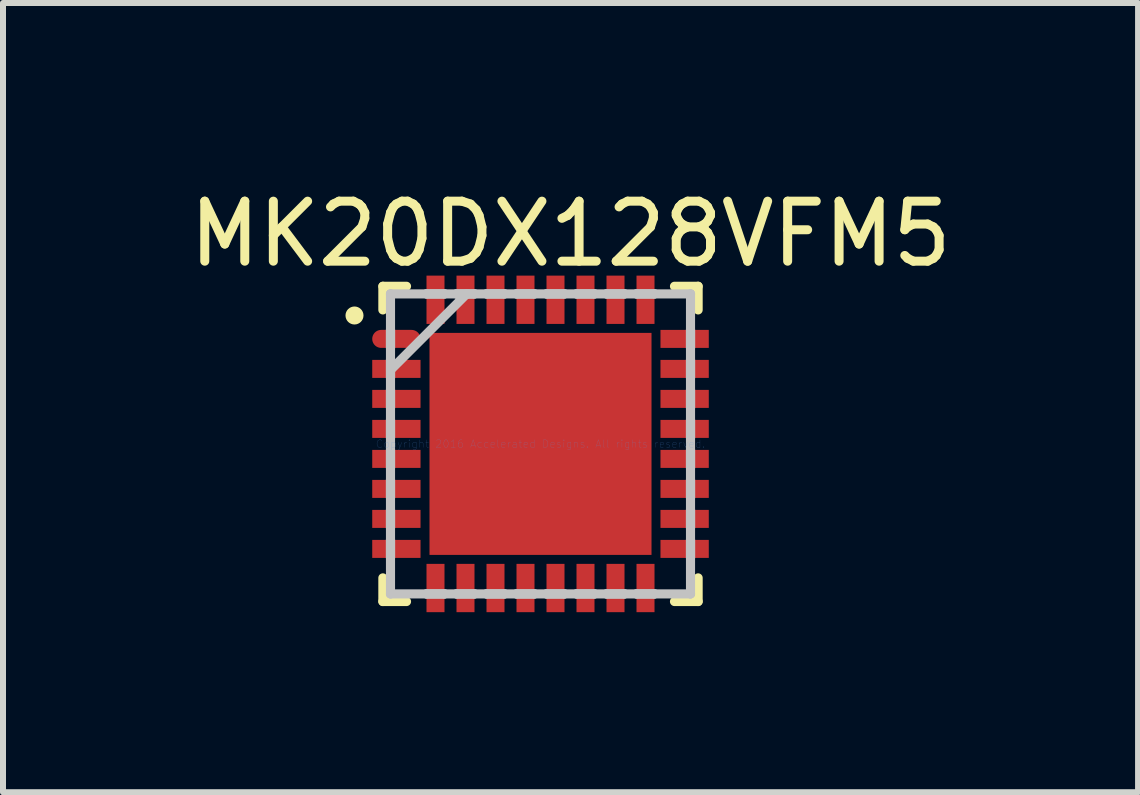
<source format=kicad_pcb>
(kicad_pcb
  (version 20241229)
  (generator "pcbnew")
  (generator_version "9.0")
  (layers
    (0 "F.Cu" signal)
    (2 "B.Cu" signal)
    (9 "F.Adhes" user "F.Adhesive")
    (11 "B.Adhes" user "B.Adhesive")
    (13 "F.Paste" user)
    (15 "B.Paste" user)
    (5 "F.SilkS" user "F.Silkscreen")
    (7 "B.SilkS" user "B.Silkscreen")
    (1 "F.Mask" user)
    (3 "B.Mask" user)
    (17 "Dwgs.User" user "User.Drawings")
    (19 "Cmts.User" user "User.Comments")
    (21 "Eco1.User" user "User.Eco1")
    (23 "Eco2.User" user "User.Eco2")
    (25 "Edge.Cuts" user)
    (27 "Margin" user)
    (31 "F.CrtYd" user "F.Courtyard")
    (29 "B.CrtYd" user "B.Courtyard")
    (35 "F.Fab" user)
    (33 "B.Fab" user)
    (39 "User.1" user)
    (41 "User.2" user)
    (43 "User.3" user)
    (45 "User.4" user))
  (footprint "MK20DX128VFM5"
    (layer "F.Cu")
    (at 5.958 4.348)
    (property "Reference" "MK20DX128VFM5" (at 0.5 -3.5 0) (layer "F.SilkS") (effects (font (size 1 1) (thickness 0.15))))
    (attr through_hole)
    (fp_line (start -2.627 -2.627) (end -2.627 -2.233) (stroke (width 0.152) (type solid)) (layer "F.SilkS"))
    (fp_line (start -2.627 2.233) (end -2.627 2.627) (stroke (width 0.152) (type solid)) (layer "F.SilkS"))
    (fp_line (start -2.627 2.627) (end -2.233 2.627) (stroke (width 0.152) (type solid)) (layer "F.SilkS"))
    (fp_line (start -2.233 -2.627) (end -2.627 -2.627) (stroke (width 0.152) (type solid)) (layer "F.SilkS"))
    (fp_line (start 2.233 2.627) (end 2.627 2.627) (stroke (width 0.152) (type solid)) (layer "F.SilkS"))
    (fp_line (start 2.627 -2.627) (end 2.233 -2.627) (stroke (width 0.152) (type solid)) (layer "F.SilkS"))
    (fp_line (start 2.627 -2.233) (end 2.627 -2.627) (stroke (width 0.152) (type solid)) (layer "F.SilkS"))
    (fp_line (start 2.627 2.627) (end 2.627 2.233) (stroke (width 0.152) (type solid)) (layer "F.SilkS"))
    (fp_circle (center -3.1 -2.14) (end -3.1 -2.215) (stroke (width 0.15) (type solid)) (fill no) (layer "F.SilkS"))
    (fp_line (start -2.5 -2.5) (end -2.5 -2.5) (stroke (width 0.152) (type solid)) (layer "Dwgs.User"))
    (fp_line (start -2.5 -2.5) (end -2.5 2.5) (stroke (width 0.152) (type solid)) (layer "Dwgs.User"))
    (fp_line (start -2.5 -1.9) (end -2.5 -1.9) (stroke (width 0.152) (type solid)) (layer "Dwgs.User"))
    (fp_line (start -2.5 -1.9) (end -2.5 -1.6) (stroke (width 0.152) (type solid)) (layer "Dwgs.User"))
    (fp_line (start -2.5 -1.6) (end -2.5 -1.9) (stroke (width 0.152) (type solid)) (layer "Dwgs.User"))
    (fp_line (start -2.5 -1.6) (end -2.5 -1.6) (stroke (width 0.152) (type solid)) (layer "Dwgs.User"))
    (fp_line (start -2.5 -1.4) (end -2.5 -1.4) (stroke (width 0.152) (type solid)) (layer "Dwgs.User"))
    (fp_line (start -2.5 -1.4) (end -2.5 -1.1) (stroke (width 0.152) (type solid)) (layer "Dwgs.User"))
    (fp_line (start -2.5 -1.23) (end -1.23 -2.5) (stroke (width 0.152) (type solid)) (layer "Dwgs.User"))
    (fp_line (start -2.5 -1.1) (end -2.5 -1.4) (stroke (width 0.152) (type solid)) (layer "Dwgs.User"))
    (fp_line (start -2.5 -1.1) (end -2.5 -1.1) (stroke (width 0.152) (type solid)) (layer "Dwgs.User"))
    (fp_line (start -2.5 -0.9) (end -2.5 -0.9) (stroke (width 0.152) (type solid)) (layer "Dwgs.User"))
    (fp_line (start -2.5 -0.9) (end -2.5 -0.6) (stroke (width 0.152) (type solid)) (layer "Dwgs.User"))
    (fp_line (start -2.5 -0.6) (end -2.5 -0.9) (stroke (width 0.152) (type solid)) (layer "Dwgs.User"))
    (fp_line (start -2.5 -0.6) (end -2.5 -0.6) (stroke (width 0.152) (type solid)) (layer "Dwgs.User"))
    (fp_line (start -2.5 -0.4) (end -2.5 -0.4) (stroke (width 0.152) (type solid)) (layer "Dwgs.User"))
    (fp_line (start -2.5 -0.4) (end -2.5 -0.1) (stroke (width 0.152) (type solid)) (layer "Dwgs.User"))
    (fp_line (start -2.5 -0.1) (end -2.5 -0.4) (stroke (width 0.152) (type solid)) (layer "Dwgs.User"))
    (fp_line (start -2.5 -0.1) (end -2.5 -0.1) (stroke (width 0.152) (type solid)) (layer "Dwgs.User"))
    (fp_line (start -2.5 0.1) (end -2.5 0.1) (stroke (width 0.152) (type solid)) (layer "Dwgs.User"))
    (fp_line (start -2.5 0.1) (end -2.5 0.4) (stroke (width 0.152) (type solid)) (layer "Dwgs.User"))
    (fp_line (start -2.5 0.4) (end -2.5 0.1) (stroke (width 0.152) (type solid)) (layer "Dwgs.User"))
    (fp_line (start -2.5 0.4) (end -2.5 0.4) (stroke (width 0.152) (type solid)) (layer "Dwgs.User"))
    (fp_line (start -2.5 0.6) (end -2.5 0.6) (stroke (width 0.152) (type solid)) (layer "Dwgs.User"))
    (fp_line (start -2.5 0.6) (end -2.5 0.9) (stroke (width 0.152) (type solid)) (layer "Dwgs.User"))
    (fp_line (start -2.5 0.9) (end -2.5 0.6) (stroke (width 0.152) (type solid)) (layer "Dwgs.User"))
    (fp_line (start -2.5 0.9) (end -2.5 0.9) (stroke (width 0.152) (type solid)) (layer "Dwgs.User"))
    (fp_line (start -2.5 1.1) (end -2.5 1.1) (stroke (width 0.152) (type solid)) (layer "Dwgs.User"))
    (fp_line (start -2.5 1.1) (end -2.5 1.4) (stroke (width 0.152) (type solid)) (layer "Dwgs.User"))
    (fp_line (start -2.5 1.4) (end -2.5 1.1) (stroke (width 0.152) (type solid)) (layer "Dwgs.User"))
    (fp_line (start -2.5 1.4) (end -2.5 1.4) (stroke (width 0.152) (type solid)) (layer "Dwgs.User"))
    (fp_line (start -2.5 1.6) (end -2.5 1.6) (stroke (width 0.152) (type solid)) (layer "Dwgs.User"))
    (fp_line (start -2.5 1.6) (end -2.5 1.9) (stroke (width 0.152) (type solid)) (layer "Dwgs.User"))
    (fp_line (start -2.5 1.9) (end -2.5 1.6) (stroke (width 0.152) (type solid)) (layer "Dwgs.User"))
    (fp_line (start -2.5 1.9) (end -2.5 1.9) (stroke (width 0.152) (type solid)) (layer "Dwgs.User"))
    (fp_line (start -2.5 2.5) (end -2.5 2.5) (stroke (width 0.152) (type solid)) (layer "Dwgs.User"))
    (fp_line (start -2.5 2.5) (end 2.5 2.5) (stroke (width 0.152) (type solid)) (layer "Dwgs.User"))
    (fp_line (start -1.9 -2.5) (end -1.9 -2.5) (stroke (width 0.152) (type solid)) (layer "Dwgs.User"))
    (fp_line (start -1.9 -2.5) (end -1.6 -2.5) (stroke (width 0.152) (type solid)) (layer "Dwgs.User"))
    (fp_line (start -1.9 2.5) (end -1.9 2.5) (stroke (width 0.152) (type solid)) (layer "Dwgs.User"))
    (fp_line (start -1.9 2.5) (end -1.6 2.5) (stroke (width 0.152) (type solid)) (layer "Dwgs.User"))
    (fp_line (start -1.6 -2.5) (end -1.9 -2.5) (stroke (width 0.152) (type solid)) (layer "Dwgs.User"))
    (fp_line (start -1.6 -2.5) (end -1.6 -2.5) (stroke (width 0.152) (type solid)) (layer "Dwgs.User"))
    (fp_line (start -1.6 2.5) (end -1.9 2.5) (stroke (width 0.152) (type solid)) (layer "Dwgs.User"))
    (fp_line (start -1.6 2.5) (end -1.6 2.5) (stroke (width 0.152) (type solid)) (layer "Dwgs.User"))
    (fp_line (start -1.4 -2.5) (end -1.4 -2.5) (stroke (width 0.152) (type solid)) (layer "Dwgs.User"))
    (fp_line (start -1.4 -2.5) (end -1.1 -2.5) (stroke (width 0.152) (type solid)) (layer "Dwgs.User"))
    (fp_line (start -1.4 2.5) (end -1.4 2.5) (stroke (width 0.152) (type solid)) (layer "Dwgs.User"))
    (fp_line (start -1.4 2.5) (end -1.1 2.5) (stroke (width 0.152) (type solid)) (layer "Dwgs.User"))
    (fp_line (start -1.1 -2.5) (end -1.4 -2.5) (stroke (width 0.152) (type solid)) (layer "Dwgs.User"))
    (fp_line (start -1.1 -2.5) (end -1.1 -2.5) (stroke (width 0.152) (type solid)) (layer "Dwgs.User"))
    (fp_line (start -1.1 2.5) (end -1.4 2.5) (stroke (width 0.152) (type solid)) (layer "Dwgs.User"))
    (fp_line (start -1.1 2.5) (end -1.1 2.5) (stroke (width 0.152) (type solid)) (layer "Dwgs.User"))
    (fp_line (start -0.9 -2.5) (end -0.9 -2.5) (stroke (width 0.152) (type solid)) (layer "Dwgs.User"))
    (fp_line (start -0.9 -2.5) (end -0.6 -2.5) (stroke (width 0.152) (type solid)) (layer "Dwgs.User"))
    (fp_line (start -0.9 2.5) (end -0.9 2.5) (stroke (width 0.152) (type solid)) (layer "Dwgs.User"))
    (fp_line (start -0.9 2.5) (end -0.6 2.5) (stroke (width 0.152) (type solid)) (layer "Dwgs.User"))
    (fp_line (start -0.6 -2.5) (end -0.9 -2.5) (stroke (width 0.152) (type solid)) (layer "Dwgs.User"))
    (fp_line (start -0.6 -2.5) (end -0.6 -2.5) (stroke (width 0.152) (type solid)) (layer "Dwgs.User"))
    (fp_line (start -0.6 2.5) (end -0.9 2.5) (stroke (width 0.152) (type solid)) (layer "Dwgs.User"))
    (fp_line (start -0.6 2.5) (end -0.6 2.5) (stroke (width 0.152) (type solid)) (layer "Dwgs.User"))
    (fp_line (start -0.4 -2.5) (end -0.4 -2.5) (stroke (width 0.152) (type solid)) (layer "Dwgs.User"))
    (fp_line (start -0.4 -2.5) (end -0.1 -2.5) (stroke (width 0.152) (type solid)) (layer "Dwgs.User"))
    (fp_line (start -0.4 2.5) (end -0.4 2.5) (stroke (width 0.152) (type solid)) (layer "Dwgs.User"))
    (fp_line (start -0.4 2.5) (end -0.1 2.5) (stroke (width 0.152) (type solid)) (layer "Dwgs.User"))
    (fp_line (start -0.1 -2.5) (end -0.4 -2.5) (stroke (width 0.152) (type solid)) (layer "Dwgs.User"))
    (fp_line (start -0.1 -2.5) (end -0.1 -2.5) (stroke (width 0.152) (type solid)) (layer "Dwgs.User"))
    (fp_line (start -0.1 2.5) (end -0.4 2.5) (stroke (width 0.152) (type solid)) (layer "Dwgs.User"))
    (fp_line (start -0.1 2.5) (end -0.1 2.5) (stroke (width 0.152) (type solid)) (layer "Dwgs.User"))
    (fp_line (start 0.1 -2.5) (end 0.1 -2.5) (stroke (width 0.152) (type solid)) (layer "Dwgs.User"))
    (fp_line (start 0.1 -2.5) (end 0.4 -2.5) (stroke (width 0.152) (type solid)) (layer "Dwgs.User"))
    (fp_line (start 0.1 2.5) (end 0.1 2.5) (stroke (width 0.152) (type solid)) (layer "Dwgs.User"))
    (fp_line (start 0.1 2.5) (end 0.4 2.5) (stroke (width 0.152) (type solid)) (layer "Dwgs.User"))
    (fp_line (start 0.4 -2.5) (end 0.1 -2.5) (stroke (width 0.152) (type solid)) (layer "Dwgs.User"))
    (fp_line (start 0.4 -2.5) (end 0.4 -2.5) (stroke (width 0.152) (type solid)) (layer "Dwgs.User"))
    (fp_line (start 0.4 2.5) (end 0.1 2.5) (stroke (width 0.152) (type solid)) (layer "Dwgs.User"))
    (fp_line (start 0.4 2.5) (end 0.4 2.5) (stroke (width 0.152) (type solid)) (layer "Dwgs.User"))
    (fp_line (start 0.6 -2.5) (end 0.6 -2.5) (stroke (width 0.152) (type solid)) (layer "Dwgs.User"))
    (fp_line (start 0.6 -2.5) (end 0.9 -2.5) (stroke (width 0.152) (type solid)) (layer "Dwgs.User"))
    (fp_line (start 0.6 2.5) (end 0.6 2.5) (stroke (width 0.152) (type solid)) (layer "Dwgs.User"))
    (fp_line (start 0.6 2.5) (end 0.9 2.5) (stroke (width 0.152) (type solid)) (layer "Dwgs.User"))
    (fp_line (start 0.9 -2.5) (end 0.6 -2.5) (stroke (width 0.152) (type solid)) (layer "Dwgs.User"))
    (fp_line (start 0.9 -2.5) (end 0.9 -2.5) (stroke (width 0.152) (type solid)) (layer "Dwgs.User"))
    (fp_line (start 0.9 2.5) (end 0.6 2.5) (stroke (width 0.152) (type solid)) (layer "Dwgs.User"))
    (fp_line (start 0.9 2.5) (end 0.9 2.5) (stroke (width 0.152) (type solid)) (layer "Dwgs.User"))
    (fp_line (start 1.1 -2.5) (end 1.1 -2.5) (stroke (width 0.152) (type solid)) (layer "Dwgs.User"))
    (fp_line (start 1.1 -2.5) (end 1.4 -2.5) (stroke (width 0.152) (type solid)) (layer "Dwgs.User"))
    (fp_line (start 1.1 2.5) (end 1.1 2.5) (stroke (width 0.152) (type solid)) (layer "Dwgs.User"))
    (fp_line (start 1.1 2.5) (end 1.4 2.5) (stroke (width 0.152) (type solid)) (layer "Dwgs.User"))
    (fp_line (start 1.4 -2.5) (end 1.1 -2.5) (stroke (width 0.152) (type solid)) (layer "Dwgs.User"))
    (fp_line (start 1.4 -2.5) (end 1.4 -2.5) (stroke (width 0.152) (type solid)) (layer "Dwgs.User"))
    (fp_line (start 1.4 2.5) (end 1.1 2.5) (stroke (width 0.152) (type solid)) (layer "Dwgs.User"))
    (fp_line (start 1.4 2.5) (end 1.4 2.5) (stroke (width 0.152) (type solid)) (layer "Dwgs.User"))
    (fp_line (start 1.6 -2.5) (end 1.6 -2.5) (stroke (width 0.152) (type solid)) (layer "Dwgs.User"))
    (fp_line (start 1.6 -2.5) (end 1.9 -2.5) (stroke (width 0.152) (type solid)) (layer "Dwgs.User"))
    (fp_line (start 1.6 2.5) (end 1.6 2.5) (stroke (width 0.152) (type solid)) (layer "Dwgs.User"))
    (fp_line (start 1.6 2.5) (end 1.9 2.5) (stroke (width 0.152) (type solid)) (layer "Dwgs.User"))
    (fp_line (start 1.9 -2.5) (end 1.6 -2.5) (stroke (width 0.152) (type solid)) (layer "Dwgs.User"))
    (fp_line (start 1.9 -2.5) (end 1.9 -2.5) (stroke (width 0.152) (type solid)) (layer "Dwgs.User"))
    (fp_line (start 1.9 2.5) (end 1.6 2.5) (stroke (width 0.152) (type solid)) (layer "Dwgs.User"))
    (fp_line (start 1.9 2.5) (end 1.9 2.5) (stroke (width 0.152) (type solid)) (layer "Dwgs.User"))
    (fp_line (start 2.5 -2.5) (end -2.5 -2.5) (stroke (width 0.152) (type solid)) (layer "Dwgs.User"))
    (fp_line (start 2.5 -2.5) (end 2.5 -2.5) (stroke (width 0.152) (type solid)) (layer "Dwgs.User"))
    (fp_line (start 2.5 -1.9) (end 2.5 -1.9) (stroke (width 0.152) (type solid)) (layer "Dwgs.User"))
    (fp_line (start 2.5 -1.9) (end 2.5 -1.6) (stroke (width 0.152) (type solid)) (layer "Dwgs.User"))
    (fp_line (start 2.5 -1.6) (end 2.5 -1.9) (stroke (width 0.152) (type solid)) (layer "Dwgs.User"))
    (fp_line (start 2.5 -1.6) (end 2.5 -1.6) (stroke (width 0.152) (type solid)) (layer "Dwgs.User"))
    (fp_line (start 2.5 -1.4) (end 2.5 -1.4) (stroke (width 0.152) (type solid)) (layer "Dwgs.User"))
    (fp_line (start 2.5 -1.4) (end 2.5 -1.1) (stroke (width 0.152) (type solid)) (layer "Dwgs.User"))
    (fp_line (start 2.5 -1.1) (end 2.5 -1.4) (stroke (width 0.152) (type solid)) (layer "Dwgs.User"))
    (fp_line (start 2.5 -1.1) (end 2.5 -1.1) (stroke (width 0.152) (type solid)) (layer "Dwgs.User"))
    (fp_line (start 2.5 -0.9) (end 2.5 -0.9) (stroke (width 0.152) (type solid)) (layer "Dwgs.User"))
    (fp_line (start 2.5 -0.9) (end 2.5 -0.6) (stroke (width 0.152) (type solid)) (layer "Dwgs.User"))
    (fp_line (start 2.5 -0.6) (end 2.5 -0.9) (stroke (width 0.152) (type solid)) (layer "Dwgs.User"))
    (fp_line (start 2.5 -0.6) (end 2.5 -0.6) (stroke (width 0.152) (type solid)) (layer "Dwgs.User"))
    (fp_line (start 2.5 -0.4) (end 2.5 -0.4) (stroke (width 0.152) (type solid)) (layer "Dwgs.User"))
    (fp_line (start 2.5 -0.4) (end 2.5 -0.1) (stroke (width 0.152) (type solid)) (layer "Dwgs.User"))
    (fp_line (start 2.5 -0.1) (end 2.5 -0.4) (stroke (width 0.152) (type solid)) (layer "Dwgs.User"))
    (fp_line (start 2.5 -0.1) (end 2.5 -0.1) (stroke (width 0.152) (type solid)) (layer "Dwgs.User"))
    (fp_line (start 2.5 0.1) (end 2.5 0.1) (stroke (width 0.152) (type solid)) (layer "Dwgs.User"))
    (fp_line (start 2.5 0.1) (end 2.5 0.4) (stroke (width 0.152) (type solid)) (layer "Dwgs.User"))
    (fp_line (start 2.5 0.4) (end 2.5 0.1) (stroke (width 0.152) (type solid)) (layer "Dwgs.User"))
    (fp_line (start 2.5 0.4) (end 2.5 0.4) (stroke (width 0.152) (type solid)) (layer "Dwgs.User"))
    (fp_line (start 2.5 0.6) (end 2.5 0.6) (stroke (width 0.152) (type solid)) (layer "Dwgs.User"))
    (fp_line (start 2.5 0.6) (end 2.5 0.9) (stroke (width 0.152) (type solid)) (layer "Dwgs.User"))
    (fp_line (start 2.5 0.9) (end 2.5 0.6) (stroke (width 0.152) (type solid)) (layer "Dwgs.User"))
    (fp_line (start 2.5 0.9) (end 2.5 0.9) (stroke (width 0.152) (type solid)) (layer "Dwgs.User"))
    (fp_line (start 2.5 1.1) (end 2.5 1.1) (stroke (width 0.152) (type solid)) (layer "Dwgs.User"))
    (fp_line (start 2.5 1.1) (end 2.5 1.4) (stroke (width 0.152) (type solid)) (layer "Dwgs.User"))
    (fp_line (start 2.5 1.4) (end 2.5 1.1) (stroke (width 0.152) (type solid)) (layer "Dwgs.User"))
    (fp_line (start 2.5 1.4) (end 2.5 1.4) (stroke (width 0.152) (type solid)) (layer "Dwgs.User"))
    (fp_line (start 2.5 1.6) (end 2.5 1.6) (stroke (width 0.152) (type solid)) (layer "Dwgs.User"))
    (fp_line (start 2.5 1.6) (end 2.5 1.9) (stroke (width 0.152) (type solid)) (layer "Dwgs.User"))
    (fp_line (start 2.5 1.9) (end 2.5 1.6) (stroke (width 0.152) (type solid)) (layer "Dwgs.User"))
    (fp_line (start 2.5 1.9) (end 2.5 1.9) (stroke (width 0.152) (type solid)) (layer "Dwgs.User"))
    (fp_line (start 2.5 2.5) (end 2.5 -2.5) (stroke (width 0.152) (type solid)) (layer "Dwgs.User"))
    (fp_line (start 2.5 2.5) (end 2.5 2.5) (stroke (width 0.152) (type solid)) (layer "Dwgs.User"))
    (fp_text user "Copyright 2016 Accelerated Designs. All rights reserved." (at 0 0 0) (layer "Cmts.User") (effects (font (size 0.127 0.127) (thickness 0.002))))
    (pad "" smd rect (at 0 0) (size 0.025 0.025) (layers "F.Paste"))
    (pad "1" smd oval (at -2.402 -1.75 90) (size 0.3 0.805) (layers "F.Cu"))
    (pad "2" smd rect (at -2.402 -1.25 90) (size 0.3 0.805) (layers "F.Cu"))
    (pad "3" smd rect (at -2.402 -0.75 90) (size 0.3 0.805) (layers "F.Cu"))
    (pad "4" smd rect (at -2.402 -0.25 90) (size 0.3 0.805) (layers "F.Cu"))
    (pad "5" smd rect (at -2.402 0.25 90) (size 0.3 0.805) (layers "F.Cu"))
    (pad "6" smd rect (at -2.402 0.75 90) (size 0.3 0.805) (layers "F.Cu"))
    (pad "7" smd rect (at -2.402 1.25 90) (size 0.3 0.805) (layers "F.Cu"))
    (pad "8" smd rect (at -2.402 1.75 90) (size 0.3 0.805) (layers "F.Cu"))
    (pad "9" smd rect (at -1.75 2.402) (size 0.3 0.805) (layers "F.Cu"))
    (pad "10" smd rect (at -1.25 2.402) (size 0.3 0.805) (layers "F.Cu"))
    (pad "11" smd rect (at -0.75 2.402) (size 0.3 0.805) (layers "F.Cu"))
    (pad "12" smd rect (at -0.25 2.402) (size 0.3 0.805) (layers "F.Cu"))
    (pad "13" smd rect (at 0.25 2.402) (size 0.3 0.805) (layers "F.Cu"))
    (pad "14" smd rect (at 0.75 2.402) (size 0.3 0.805) (layers "F.Cu"))
    (pad "15" smd rect (at 1.25 2.402) (size 0.3 0.805) (layers "F.Cu"))
    (pad "16" smd rect (at 1.75 2.402) (size 0.3 0.805) (layers "F.Cu"))
    (pad "17" smd rect (at 2.402 1.75 90) (size 0.3 0.805) (layers "F.Cu"))
    (pad "18" smd rect (at 2.402 1.25 90) (size 0.3 0.805) (layers "F.Cu"))
    (pad "19" smd rect (at 2.402 0.75 90) (size 0.3 0.805) (layers "F.Cu"))
    (pad "20" smd rect (at 2.402 0.25 90) (size 0.3 0.805) (layers "F.Cu"))
    (pad "21" smd rect (at 2.402 -0.25 90) (size 0.3 0.805) (layers "F.Cu"))
    (pad "22" smd rect (at 2.402 -0.75 90) (size 0.3 0.805) (layers "F.Cu"))
    (pad "23" smd rect (at 2.402 -1.25 90) (size 0.3 0.805) (layers "F.Cu"))
    (pad "24" smd rect (at 2.402 -1.75 90) (size 0.3 0.805) (layers "F.Cu"))
    (pad "25" smd rect (at 1.75 -2.402) (size 0.3 0.805) (layers "F.Cu"))
    (pad "26" smd rect (at 1.25 -2.402) (size 0.3 0.805) (layers "F.Cu"))
    (pad "27" smd rect (at 0.75 -2.402) (size 0.3 0.805) (layers "F.Cu"))
    (pad "28" smd rect (at 0.25 -2.402) (size 0.3 0.805) (layers "F.Cu"))
    (pad "29" smd rect (at -0.25 -2.402) (size 0.3 0.805) (layers "F.Cu"))
    (pad "30" smd rect (at -0.75 -2.402) (size 0.3 0.805) (layers "F.Cu"))
    (pad "31" smd rect (at -1.25 -2.402) (size 0.3 0.805) (layers "F.Cu"))
    (pad "32" smd rect (at -1.75 -2.402) (size 0.3 0.805) (layers "F.Cu"))
    (pad "33" smd rect (at 0 0) (size 3.7 3.7) (layers "F.Cu")))
  (gr_rect
    (start -3 -3)
    (end 15.917 10.153)
    (stroke (width 0.1) (type default))
    (fill no)
    (layer "Edge.Cuts")))
</source>
